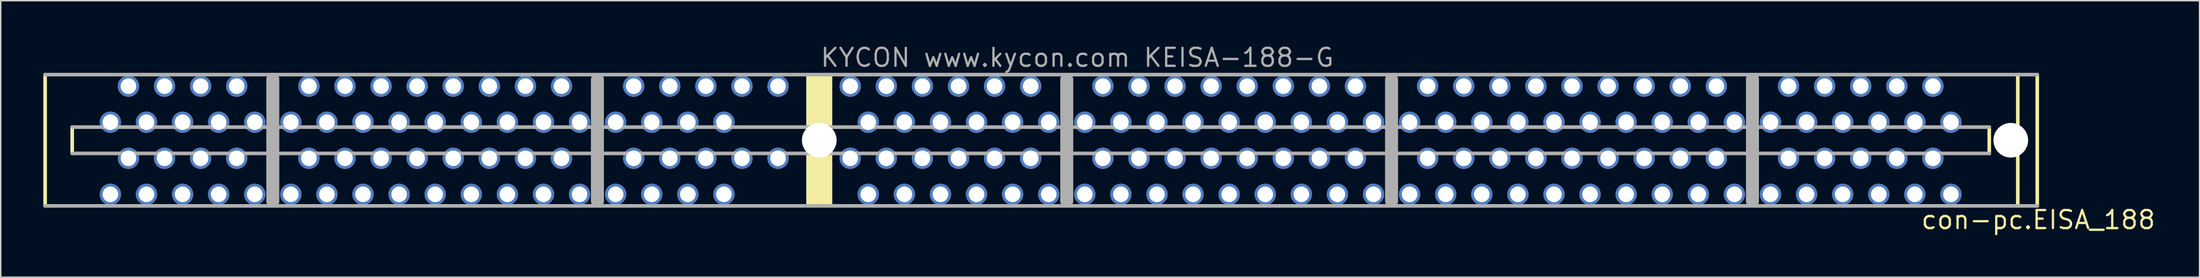
<source format=kicad_pcb>
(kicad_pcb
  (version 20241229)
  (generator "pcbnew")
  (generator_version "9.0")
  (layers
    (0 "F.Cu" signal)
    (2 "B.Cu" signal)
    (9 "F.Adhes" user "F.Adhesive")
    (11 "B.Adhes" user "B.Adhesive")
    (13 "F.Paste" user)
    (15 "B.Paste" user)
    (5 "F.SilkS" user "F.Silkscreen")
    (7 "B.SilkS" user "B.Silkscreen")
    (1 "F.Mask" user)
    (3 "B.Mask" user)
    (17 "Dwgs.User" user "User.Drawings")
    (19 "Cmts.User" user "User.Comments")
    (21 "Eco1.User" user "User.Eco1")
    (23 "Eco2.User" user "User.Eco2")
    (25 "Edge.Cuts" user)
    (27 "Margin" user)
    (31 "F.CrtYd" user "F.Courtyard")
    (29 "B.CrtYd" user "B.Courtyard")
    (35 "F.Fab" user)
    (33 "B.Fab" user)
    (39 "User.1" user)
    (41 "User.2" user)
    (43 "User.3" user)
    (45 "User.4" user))
  (footprint "con-pc.EISA_188"
    (layer "F.Cu")
    (at 54.61 6.83)
    (property "Reference" "con-pc.EISA_188" (at 77.47 6.35 0) (layer "F.SilkS") (effects (font (size 1.27 1.27) (thickness 0.16)) (justify left bottom)))
    (attr through_hole)
    (fp_line (start -54.483 4.623) (end -54.483 -4.623) (stroke (width 0.254) (type default)) (layer "F.SilkS"))
    (fp_line (start -52.578 0.927) (end -52.578 -0.927) (stroke (width 0.254) (type default)) (layer "F.SilkS"))
    (fp_line (start 82.347 -0.927) (end 82.347 0.927) (stroke (width 0.254) (type default)) (layer "F.SilkS"))
    (fp_line (start 84.353 -4.534) (end 84.353 4.585) (stroke (width 0.254) (type default)) (layer "F.SilkS"))
    (fp_line (start 85.725 -4.623) (end 85.725 4.623) (stroke (width 0.254) (type default)) (layer "F.SilkS"))
    (fp_rect (start -0.889 4.699) (end 0.889 -4.699) (stroke (width 0.05) (type default)) (fill yes) (layer "F.SilkS"))
    (fp_line (start -54.483 -4.623) (end 85.725 -4.623) (stroke (width 0.254) (type default)) (layer "F.Fab"))
    (fp_line (start -52.578 -0.927) (end 82.347 -0.927) (stroke (width 0.254) (type default)) (layer "F.Fab"))
    (fp_line (start -38.46 -4.293) (end -38.46 4.28) (stroke (width 0.914) (type default)) (layer "F.Fab"))
    (fp_line (start -15.613 -4.272) (end -15.613 4.28) (stroke (width 0.914) (type default)) (layer "F.Fab"))
    (fp_line (start 17.42 -4.28) (end 17.42 4.28) (stroke (width 0.914) (type default)) (layer "F.Fab"))
    (fp_line (start 40.28 -4.267) (end 40.28 4.28) (stroke (width 0.914) (type default)) (layer "F.Fab"))
    (fp_line (start 65.68 -4.293) (end 65.68 4.28) (stroke (width 0.914) (type default)) (layer "F.Fab"))
    (fp_line (start 82.347 0.927) (end -52.578 0.927) (stroke (width 0.254) (type default)) (layer "F.Fab"))
    (fp_line (start 85.725 4.623) (end -54.483 4.623) (stroke (width 0.254) (type default)) (layer "F.Fab"))
    (fp_text user "KYCON www.kycon.com KEISA-188-G" (at 0 -5.08 0) (layer "F.Fab") (effects (font (size 1.27 1.27) (thickness 0.16)) (justify left bottom)))
    (pad "" np_thru_hole circle (at 0 0) (size 2.44 2.44) (drill 2.44) (layers "*.Cu" "*.Mask"))
    (pad "" np_thru_hole circle (at 83.86 0) (size 2.44 2.44) (drill 2.44) (layers "*.Cu" "*.Mask"))
    (pad "A1" thru_hole circle (at 79.65 3.81) (size 1.5 1.5) (drill 1.1) (layers "*.Cu" "*.Mask"))
    (pad "A2" thru_hole circle (at 77.11 3.81) (size 1.5 1.5) (drill 1.1) (layers "*.Cu" "*.Mask"))
    (pad "A3" thru_hole circle (at 74.57 3.81) (size 1.5 1.5) (drill 1.1) (layers "*.Cu" "*.Mask"))
    (pad "A4" thru_hole circle (at 72.03 3.81) (size 1.5 1.5) (drill 1.1) (layers "*.Cu" "*.Mask"))
    (pad "A5" thru_hole circle (at 69.49 3.81) (size 1.5 1.5) (drill 1.1) (layers "*.Cu" "*.Mask"))
    (pad "A6" thru_hole circle (at 66.95 3.81) (size 1.5 1.5) (drill 1.1) (layers "*.Cu" "*.Mask"))
    (pad "A7" thru_hole circle (at 64.41 3.81) (size 1.5 1.5) (drill 1.1) (layers "*.Cu" "*.Mask"))
    (pad "A8" thru_hole circle (at 61.87 3.81) (size 1.5 1.5) (drill 1.1) (layers "*.Cu" "*.Mask"))
    (pad "A9" thru_hole circle (at 59.33 3.81) (size 1.5 1.5) (drill 1.1) (layers "*.Cu" "*.Mask"))
    (pad "A10" thru_hole circle (at 56.79 3.81) (size 1.5 1.5) (drill 1.1) (layers "*.Cu" "*.Mask"))
    (pad "A11" thru_hole circle (at 54.25 3.81) (size 1.5 1.5) (drill 1.1) (layers "*.Cu" "*.Mask"))
    (pad "A12" thru_hole circle (at 51.71 3.81) (size 1.5 1.5) (drill 1.1) (layers "*.Cu" "*.Mask"))
    (pad "A13" thru_hole circle (at 49.17 3.81) (size 1.5 1.5) (drill 1.1) (layers "*.Cu" "*.Mask"))
    (pad "A14" thru_hole circle (at 46.63 3.81) (size 1.5 1.5) (drill 1.1) (layers "*.Cu" "*.Mask"))
    (pad "A15" thru_hole circle (at 44.09 3.81) (size 1.5 1.5) (drill 1.1) (layers "*.Cu" "*.Mask"))
    (pad "A16" thru_hole circle (at 41.55 3.81) (size 1.5 1.5) (drill 1.1) (layers "*.Cu" "*.Mask"))
    (pad "A17" thru_hole circle (at 39.01 3.81) (size 1.5 1.5) (drill 1.1) (layers "*.Cu" "*.Mask"))
    (pad "A18" thru_hole circle (at 36.47 3.81) (size 1.5 1.5) (drill 1.1) (layers "*.Cu" "*.Mask"))
    (pad "A19" thru_hole circle (at 33.93 3.81) (size 1.5 1.5) (drill 1.1) (layers "*.Cu" "*.Mask"))
    (pad "A20" thru_hole circle (at 31.39 3.81) (size 1.5 1.5) (drill 1.1) (layers "*.Cu" "*.Mask"))
    (pad "A21" thru_hole circle (at 28.85 3.81) (size 1.5 1.5) (drill 1.1) (layers "*.Cu" "*.Mask"))
    (pad "A22" thru_hole circle (at 26.31 3.81) (size 1.5 1.5) (drill 1.1) (layers "*.Cu" "*.Mask"))
    (pad "A23" thru_hole circle (at 23.77 3.81) (size 1.5 1.5) (drill 1.1) (layers "*.Cu" "*.Mask"))
    (pad "A24" thru_hole circle (at 21.23 3.81) (size 1.5 1.5) (drill 1.1) (layers "*.Cu" "*.Mask"))
    (pad "A25" thru_hole circle (at 18.69 3.81) (size 1.5 1.5) (drill 1.1) (layers "*.Cu" "*.Mask"))
    (pad "A26" thru_hole circle (at 16.15 3.81) (size 1.5 1.5) (drill 1.1) (layers "*.Cu" "*.Mask"))
    (pad "A27" thru_hole circle (at 13.61 3.81) (size 1.5 1.5) (drill 1.1) (layers "*.Cu" "*.Mask"))
    (pad "A28" thru_hole circle (at 11.07 3.81) (size 1.5 1.5) (drill 1.1) (layers "*.Cu" "*.Mask"))
    (pad "A29" thru_hole circle (at 8.53 3.81) (size 1.5 1.5) (drill 1.1) (layers "*.Cu" "*.Mask"))
    (pad "A30" thru_hole circle (at 5.99 3.81) (size 1.5 1.5) (drill 1.1) (layers "*.Cu" "*.Mask"))
    (pad "A31" thru_hole circle (at 3.45 3.81) (size 1.5 1.5) (drill 1.1) (layers "*.Cu" "*.Mask"))
    (pad "B1" thru_hole circle (at 79.65 -1.27) (size 1.5 1.5) (drill 1.1) (layers "*.Cu" "*.Mask"))
    (pad "B2" thru_hole circle (at 77.11 -1.27) (size 1.5 1.5) (drill 1.1) (layers "*.Cu" "*.Mask"))
    (pad "B3" thru_hole circle (at 74.57 -1.27) (size 1.5 1.5) (drill 1.1) (layers "*.Cu" "*.Mask"))
    (pad "B4" thru_hole circle (at 72.03 -1.27) (size 1.5 1.5) (drill 1.1) (layers "*.Cu" "*.Mask"))
    (pad "B5" thru_hole circle (at 69.49 -1.27) (size 1.5 1.5) (drill 1.1) (layers "*.Cu" "*.Mask"))
    (pad "B6" thru_hole circle (at 66.95 -1.27) (size 1.5 1.5) (drill 1.1) (layers "*.Cu" "*.Mask"))
    (pad "B7" thru_hole circle (at 64.41 -1.27) (size 1.5 1.5) (drill 1.1) (layers "*.Cu" "*.Mask"))
    (pad "B8" thru_hole circle (at 61.87 -1.27) (size 1.5 1.5) (drill 1.1) (layers "*.Cu" "*.Mask"))
    (pad "B9" thru_hole circle (at 59.33 -1.27) (size 1.5 1.5) (drill 1.1) (layers "*.Cu" "*.Mask"))
    (pad "B10" thru_hole circle (at 56.79 -1.27) (size 1.5 1.5) (drill 1.1) (layers "*.Cu" "*.Mask"))
    (pad "B11" thru_hole circle (at 54.25 -1.27) (size 1.5 1.5) (drill 1.1) (layers "*.Cu" "*.Mask"))
    (pad "B12" thru_hole circle (at 51.71 -1.27) (size 1.5 1.5) (drill 1.1) (layers "*.Cu" "*.Mask"))
    (pad "B13" thru_hole circle (at 49.17 -1.27) (size 1.5 1.5) (drill 1.1) (layers "*.Cu" "*.Mask"))
    (pad "B14" thru_hole circle (at 46.63 -1.27) (size 1.5 1.5) (drill 1.1) (layers "*.Cu" "*.Mask"))
    (pad "B15" thru_hole circle (at 44.09 -1.27) (size 1.5 1.5) (drill 1.1) (layers "*.Cu" "*.Mask"))
    (pad "B16" thru_hole circle (at 41.55 -1.27) (size 1.5 1.5) (drill 1.1) (layers "*.Cu" "*.Mask"))
    (pad "B17" thru_hole circle (at 39.01 -1.27) (size 1.5 1.5) (drill 1.1) (layers "*.Cu" "*.Mask"))
    (pad "B18" thru_hole circle (at 36.47 -1.27) (size 1.5 1.5) (drill 1.1) (layers "*.Cu" "*.Mask"))
    (pad "B19" thru_hole circle (at 33.93 -1.27) (size 1.5 1.5) (drill 1.1) (layers "*.Cu" "*.Mask"))
    (pad "B20" thru_hole circle (at 31.39 -1.27) (size 1.5 1.5) (drill 1.1) (layers "*.Cu" "*.Mask"))
    (pad "B21" thru_hole circle (at 28.85 -1.27) (size 1.5 1.5) (drill 1.1) (layers "*.Cu" "*.Mask"))
    (pad "B22" thru_hole circle (at 26.31 -1.27) (size 1.5 1.5) (drill 1.1) (layers "*.Cu" "*.Mask"))
    (pad "B23" thru_hole circle (at 23.77 -1.27) (size 1.5 1.5) (drill 1.1) (layers "*.Cu" "*.Mask"))
    (pad "B24" thru_hole circle (at 21.23 -1.27) (size 1.5 1.5) (drill 1.1) (layers "*.Cu" "*.Mask"))
    (pad "B25" thru_hole circle (at 18.69 -1.27) (size 1.5 1.5) (drill 1.1) (layers "*.Cu" "*.Mask"))
    (pad "B26" thru_hole circle (at 16.15 -1.27) (size 1.5 1.5) (drill 1.1) (layers "*.Cu" "*.Mask"))
    (pad "B27" thru_hole circle (at 13.61 -1.27) (size 1.5 1.5) (drill 1.1) (layers "*.Cu" "*.Mask"))
    (pad "B28" thru_hole circle (at 11.07 -1.27) (size 1.5 1.5) (drill 1.1) (layers "*.Cu" "*.Mask"))
    (pad "B29" thru_hole circle (at 8.53 -1.27) (size 1.5 1.5) (drill 1.1) (layers "*.Cu" "*.Mask"))
    (pad "B30" thru_hole circle (at 5.99 -1.27) (size 1.5 1.5) (drill 1.1) (layers "*.Cu" "*.Mask"))
    (pad "B31" thru_hole circle (at 3.45 -1.27) (size 1.5 1.5) (drill 1.1) (layers "*.Cu" "*.Mask"))
    (pad "C1" thru_hole circle (at -6.71 3.81) (size 1.5 1.5) (drill 1.1) (layers "*.Cu" "*.Mask"))
    (pad "C2" thru_hole circle (at -9.25 3.81) (size 1.5 1.5) (drill 1.1) (layers "*.Cu" "*.Mask"))
    (pad "C3" thru_hole circle (at -11.79 3.81) (size 1.5 1.5) (drill 1.1) (layers "*.Cu" "*.Mask"))
    (pad "C4" thru_hole circle (at -14.33 3.81) (size 1.5 1.5) (drill 1.1) (layers "*.Cu" "*.Mask"))
    (pad "C5" thru_hole circle (at -16.87 3.81) (size 1.5 1.5) (drill 1.1) (layers "*.Cu" "*.Mask"))
    (pad "C6" thru_hole circle (at -19.41 3.81) (size 1.5 1.5) (drill 1.1) (layers "*.Cu" "*.Mask"))
    (pad "C7" thru_hole circle (at -21.95 3.81) (size 1.5 1.5) (drill 1.1) (layers "*.Cu" "*.Mask"))
    (pad "C8" thru_hole circle (at -24.49 3.81) (size 1.5 1.5) (drill 1.1) (layers "*.Cu" "*.Mask"))
    (pad "C9" thru_hole circle (at -27.03 3.81) (size 1.5 1.5) (drill 1.1) (layers "*.Cu" "*.Mask"))
    (pad "C10" thru_hole circle (at -29.57 3.81) (size 1.5 1.5) (drill 1.1) (layers "*.Cu" "*.Mask"))
    (pad "C11" thru_hole circle (at -32.11 3.81) (size 1.5 1.5) (drill 1.1) (layers "*.Cu" "*.Mask"))
    (pad "C12" thru_hole circle (at -34.65 3.81) (size 1.5 1.5) (drill 1.1) (layers "*.Cu" "*.Mask"))
    (pad "C13" thru_hole circle (at -37.19 3.81) (size 1.5 1.5) (drill 1.1) (layers "*.Cu" "*.Mask"))
    (pad "C14" thru_hole circle (at -39.73 3.81) (size 1.5 1.5) (drill 1.1) (layers "*.Cu" "*.Mask"))
    (pad "C15" thru_hole circle (at -42.27 3.81) (size 1.5 1.5) (drill 1.1) (layers "*.Cu" "*.Mask"))
    (pad "C16" thru_hole circle (at -44.81 3.81) (size 1.5 1.5) (drill 1.1) (layers "*.Cu" "*.Mask"))
    (pad "C17" thru_hole circle (at -47.35 3.81) (size 1.5 1.5) (drill 1.1) (layers "*.Cu" "*.Mask"))
    (pad "C18" thru_hole circle (at -49.89 3.81) (size 1.5 1.5) (drill 1.1) (layers "*.Cu" "*.Mask"))
    (pad "D1" thru_hole circle (at -6.71 -1.27) (size 1.5 1.5) (drill 1.1) (layers "*.Cu" "*.Mask"))
    (pad "D2" thru_hole circle (at -9.25 -1.27) (size 1.5 1.5) (drill 1.1) (layers "*.Cu" "*.Mask"))
    (pad "D3" thru_hole circle (at -11.79 -1.27) (size 1.5 1.5) (drill 1.1) (layers "*.Cu" "*.Mask"))
    (pad "D4" thru_hole circle (at -14.33 -1.27) (size 1.5 1.5) (drill 1.1) (layers "*.Cu" "*.Mask"))
    (pad "D5" thru_hole circle (at -16.87 -1.27) (size 1.5 1.5) (drill 1.1) (layers "*.Cu" "*.Mask"))
    (pad "D6" thru_hole circle (at -19.41 -1.27) (size 1.5 1.5) (drill 1.1) (layers "*.Cu" "*.Mask"))
    (pad "D7" thru_hole circle (at -21.95 -1.27) (size 1.5 1.5) (drill 1.1) (layers "*.Cu" "*.Mask"))
    (pad "D8" thru_hole circle (at -24.49 -1.27) (size 1.5 1.5) (drill 1.1) (layers "*.Cu" "*.Mask"))
    (pad "D9" thru_hole circle (at -27.03 -1.27) (size 1.5 1.5) (drill 1.1) (layers "*.Cu" "*.Mask"))
    (pad "D10" thru_hole circle (at -29.57 -1.27) (size 1.5 1.5) (drill 1.1) (layers "*.Cu" "*.Mask"))
    (pad "D11" thru_hole circle (at -32.11 -1.27) (size 1.5 1.5) (drill 1.1) (layers "*.Cu" "*.Mask"))
    (pad "D12" thru_hole circle (at -34.65 -1.27) (size 1.5 1.5) (drill 1.1) (layers "*.Cu" "*.Mask"))
    (pad "D13" thru_hole circle (at -37.19 -1.27) (size 1.5 1.5) (drill 1.1) (layers "*.Cu" "*.Mask"))
    (pad "D14" thru_hole circle (at -39.73 -1.27) (size 1.5 1.5) (drill 1.1) (layers "*.Cu" "*.Mask"))
    (pad "D15" thru_hole circle (at -42.27 -1.27) (size 1.5 1.5) (drill 1.1) (layers "*.Cu" "*.Mask"))
    (pad "D16" thru_hole circle (at -44.81 -1.27) (size 1.5 1.5) (drill 1.1) (layers "*.Cu" "*.Mask"))
    (pad "D17" thru_hole circle (at -47.35 -1.27) (size 1.5 1.5) (drill 1.1) (layers "*.Cu" "*.Mask"))
    (pad "D18" thru_hole circle (at -49.89 -1.27) (size 1.5 1.5) (drill 1.1) (layers "*.Cu" "*.Mask"))
    (pad "E1" thru_hole circle (at 78.38 1.27) (size 1.5 1.5) (drill 1.1) (layers "*.Cu" "*.Mask"))
    (pad "E2" thru_hole circle (at 75.84 1.27) (size 1.5 1.5) (drill 1.1) (layers "*.Cu" "*.Mask"))
    (pad "E3" thru_hole circle (at 73.3 1.27) (size 1.5 1.5) (drill 1.1) (layers "*.Cu" "*.Mask"))
    (pad "E4" thru_hole circle (at 70.76 1.27) (size 1.5 1.5) (drill 1.1) (layers "*.Cu" "*.Mask"))
    (pad "E5" thru_hole circle (at 68.22 1.27) (size 1.5 1.5) (drill 1.1) (layers "*.Cu" "*.Mask"))
    (pad "E7" thru_hole circle (at 63.14 1.27) (size 1.5 1.5) (drill 1.1) (layers "*.Cu" "*.Mask"))
    (pad "E8" thru_hole circle (at 60.6 1.27) (size 1.5 1.5) (drill 1.1) (layers "*.Cu" "*.Mask"))
    (pad "E9" thru_hole circle (at 58.06 1.27) (size 1.5 1.5) (drill 1.1) (layers "*.Cu" "*.Mask"))
    (pad "E10" thru_hole circle (at 55.52 1.27) (size 1.5 1.5) (drill 1.1) (layers "*.Cu" "*.Mask"))
    (pad "E11" thru_hole circle (at 52.98 1.27) (size 1.5 1.5) (drill 1.1) (layers "*.Cu" "*.Mask"))
    (pad "E12" thru_hole circle (at 50.44 1.27) (size 1.5 1.5) (drill 1.1) (layers "*.Cu" "*.Mask"))
    (pad "E13" thru_hole circle (at 47.9 1.27) (size 1.5 1.5) (drill 1.1) (layers "*.Cu" "*.Mask"))
    (pad "E14" thru_hole circle (at 45.36 1.27) (size 1.5 1.5) (drill 1.1) (layers "*.Cu" "*.Mask"))
    (pad "E15" thru_hole circle (at 42.82 1.27) (size 1.5 1.5) (drill 1.1) (layers "*.Cu" "*.Mask"))
    (pad "E17" thru_hole circle (at 37.74 1.27) (size 1.5 1.5) (drill 1.1) (layers "*.Cu" "*.Mask"))
    (pad "E18" thru_hole circle (at 35.2 1.27) (size 1.5 1.5) (drill 1.1) (layers "*.Cu" "*.Mask"))
    (pad "E19" thru_hole circle (at 32.66 1.27) (size 1.5 1.5) (drill 1.1) (layers "*.Cu" "*.Mask"))
    (pad "E20" thru_hole circle (at 30.12 1.27) (size 1.5 1.5) (drill 1.1) (layers "*.Cu" "*.Mask"))
    (pad "E21" thru_hole circle (at 27.58 1.27) (size 1.5 1.5) (drill 1.1) (layers "*.Cu" "*.Mask"))
    (pad "E22" thru_hole circle (at 25.04 1.27) (size 1.5 1.5) (drill 1.1) (layers "*.Cu" "*.Mask"))
    (pad "E23" thru_hole circle (at 22.5 1.27) (size 1.5 1.5) (drill 1.1) (layers "*.Cu" "*.Mask"))
    (pad "E24" thru_hole circle (at 19.96 1.27) (size 1.5 1.5) (drill 1.1) (layers "*.Cu" "*.Mask"))
    (pad "E26" thru_hole circle (at 14.88 1.27) (size 1.5 1.5) (drill 1.1) (layers "*.Cu" "*.Mask"))
    (pad "E27" thru_hole circle (at 12.34 1.27) (size 1.5 1.5) (drill 1.1) (layers "*.Cu" "*.Mask"))
    (pad "E28" thru_hole circle (at 9.8 1.27) (size 1.5 1.5) (drill 1.1) (layers "*.Cu" "*.Mask"))
    (pad "E29" thru_hole circle (at 7.26 1.27) (size 1.5 1.5) (drill 1.1) (layers "*.Cu" "*.Mask"))
    (pad "E30" thru_hole circle (at 4.72 1.27) (size 1.5 1.5) (drill 1.1) (layers "*.Cu" "*.Mask"))
    (pad "E31" thru_hole circle (at 2.18 1.27) (size 1.5 1.5) (drill 1.1) (layers "*.Cu" "*.Mask"))
    (pad "F1" thru_hole circle (at 78.38 -3.81) (size 1.5 1.5) (drill 1.1) (layers "*.Cu" "*.Mask"))
    (pad "F2" thru_hole circle (at 75.84 -3.81) (size 1.5 1.5) (drill 1.1) (layers "*.Cu" "*.Mask"))
    (pad "F3" thru_hole circle (at 73.3 -3.81) (size 1.5 1.5) (drill 1.1) (layers "*.Cu" "*.Mask"))
    (pad "F4" thru_hole circle (at 70.76 -3.81) (size 1.5 1.5) (drill 1.1) (layers "*.Cu" "*.Mask"))
    (pad "F5" thru_hole circle (at 68.22 -3.81) (size 1.5 1.5) (drill 1.1) (layers "*.Cu" "*.Mask"))
    (pad "F7" thru_hole circle (at 63.14 -3.81) (size 1.5 1.5) (drill 1.1) (layers "*.Cu" "*.Mask"))
    (pad "F8" thru_hole circle (at 60.6 -3.81) (size 1.5 1.5) (drill 1.1) (layers "*.Cu" "*.Mask"))
    (pad "F9" thru_hole circle (at 58.06 -3.81) (size 1.5 1.5) (drill 1.1) (layers "*.Cu" "*.Mask"))
    (pad "F10" thru_hole circle (at 55.52 -3.81) (size 1.5 1.5) (drill 1.1) (layers "*.Cu" "*.Mask"))
    (pad "F11" thru_hole circle (at 52.98 -3.81) (size 1.5 1.5) (drill 1.1) (layers "*.Cu" "*.Mask"))
    (pad "F12" thru_hole circle (at 50.44 -3.81) (size 1.5 1.5) (drill 1.1) (layers "*.Cu" "*.Mask"))
    (pad "F13" thru_hole circle (at 47.9 -3.81) (size 1.5 1.5) (drill 1.1) (layers "*.Cu" "*.Mask"))
    (pad "F14" thru_hole circle (at 45.36 -3.81) (size 1.5 1.5) (drill 1.1) (layers "*.Cu" "*.Mask"))
    (pad "F15" thru_hole circle (at 42.82 -3.81) (size 1.5 1.5) (drill 1.1) (layers "*.Cu" "*.Mask"))
    (pad "F17" thru_hole circle (at 37.74 -3.81) (size 1.5 1.5) (drill 1.1) (layers "*.Cu" "*.Mask"))
    (pad "F18" thru_hole circle (at 35.2 -3.81) (size 1.5 1.5) (drill 1.1) (layers "*.Cu" "*.Mask"))
    (pad "F19" thru_hole circle (at 32.66 -3.81) (size 1.5 1.5) (drill 1.1) (layers "*.Cu" "*.Mask"))
    (pad "F20" thru_hole circle (at 30.12 -3.81) (size 1.5 1.5) (drill 1.1) (layers "*.Cu" "*.Mask"))
    (pad "F21" thru_hole circle (at 27.58 -3.81) (size 1.5 1.5) (drill 1.1) (layers "*.Cu" "*.Mask"))
    (pad "F22" thru_hole circle (at 25.04 -3.81) (size 1.5 1.5) (drill 1.1) (layers "*.Cu" "*.Mask"))
    (pad "F23" thru_hole circle (at 22.5 -3.81) (size 1.5 1.5) (drill 1.1) (layers "*.Cu" "*.Mask"))
    (pad "F24" thru_hole circle (at 19.96 -3.81) (size 1.5 1.5) (drill 1.1) (layers "*.Cu" "*.Mask"))
    (pad "F26" thru_hole circle (at 14.88 -3.81) (size 1.5 1.5) (drill 1.1) (layers "*.Cu" "*.Mask"))
    (pad "F27" thru_hole circle (at 12.34 -3.81) (size 1.5 1.5) (drill 1.1) (layers "*.Cu" "*.Mask"))
    (pad "F28" thru_hole circle (at 9.8 -3.81) (size 1.5 1.5) (drill 1.1) (layers "*.Cu" "*.Mask"))
    (pad "F29" thru_hole circle (at 7.26 -3.81) (size 1.5 1.5) (drill 1.1) (layers "*.Cu" "*.Mask"))
    (pad "F30" thru_hole circle (at 4.72 -3.81) (size 1.5 1.5) (drill 1.1) (layers "*.Cu" "*.Mask"))
    (pad "F31" thru_hole circle (at 2.18 -3.81) (size 1.5 1.5) (drill 1.1) (layers "*.Cu" "*.Mask"))
    (pad "G1" thru_hole circle (at -2.9 1.27) (size 1.5 1.5) (drill 1.1) (layers "*.Cu" "*.Mask"))
    (pad "G2" thru_hole circle (at -5.44 1.27) (size 1.5 1.5) (drill 1.1) (layers "*.Cu" "*.Mask"))
    (pad "G3" thru_hole circle (at -7.98 1.27) (size 1.5 1.5) (drill 1.1) (layers "*.Cu" "*.Mask"))
    (pad "G4" thru_hole circle (at -10.52 1.27) (size 1.5 1.5) (drill 1.1) (layers "*.Cu" "*.Mask"))
    (pad "G5" thru_hole circle (at -13.06 1.27) (size 1.5 1.5) (drill 1.1) (layers "*.Cu" "*.Mask"))
    (pad "G7" thru_hole circle (at -18.14 1.27) (size 1.5 1.5) (drill 1.1) (layers "*.Cu" "*.Mask"))
    (pad "G8" thru_hole circle (at -20.68 1.27) (size 1.5 1.5) (drill 1.1) (layers "*.Cu" "*.Mask"))
    (pad "G9" thru_hole circle (at -23.22 1.27) (size 1.5 1.5) (drill 1.1) (layers "*.Cu" "*.Mask"))
    (pad "G10" thru_hole circle (at -25.76 1.27) (size 1.5 1.5) (drill 1.1) (layers "*.Cu" "*.Mask"))
    (pad "G11" thru_hole circle (at -28.3 1.27) (size 1.5 1.5) (drill 1.1) (layers "*.Cu" "*.Mask"))
    (pad "G12" thru_hole circle (at -30.84 1.27) (size 1.5 1.5) (drill 1.1) (layers "*.Cu" "*.Mask"))
    (pad "G13" thru_hole circle (at -33.38 1.27) (size 1.5 1.5) (drill 1.1) (layers "*.Cu" "*.Mask"))
    (pad "G14" thru_hole circle (at -35.92 1.27) (size 1.5 1.5) (drill 1.1) (layers "*.Cu" "*.Mask"))
    (pad "G16" thru_hole circle (at -41 1.27) (size 1.5 1.5) (drill 1.1) (layers "*.Cu" "*.Mask"))
    (pad "G17" thru_hole circle (at -43.54 1.27) (size 1.5 1.5) (drill 1.1) (layers "*.Cu" "*.Mask"))
    (pad "G18" thru_hole circle (at -46.08 1.27) (size 1.5 1.5) (drill 1.1) (layers "*.Cu" "*.Mask"))
    (pad "G19" thru_hole circle (at -48.62 1.27) (size 1.5 1.5) (drill 1.1) (layers "*.Cu" "*.Mask"))
    (pad "H1" thru_hole circle (at -2.9 -3.81) (size 1.5 1.5) (drill 1.1) (layers "*.Cu" "*.Mask"))
    (pad "H2" thru_hole circle (at -5.44 -3.81) (size 1.5 1.5) (drill 1.1) (layers "*.Cu" "*.Mask"))
    (pad "H3" thru_hole circle (at -7.98 -3.81) (size 1.5 1.5) (drill 1.1) (layers "*.Cu" "*.Mask"))
    (pad "H4" thru_hole circle (at -10.52 -3.81) (size 1.5 1.5) (drill 1.1) (layers "*.Cu" "*.Mask"))
    (pad "H5" thru_hole circle (at -13.06 -3.81) (size 1.5 1.5) (drill 1.1) (layers "*.Cu" "*.Mask"))
    (pad "H7" thru_hole circle (at -18.14 -3.81) (size 1.5 1.5) (drill 1.1) (layers "*.Cu" "*.Mask"))
    (pad "H8" thru_hole circle (at -20.68 -3.81) (size 1.5 1.5) (drill 1.1) (layers "*.Cu" "*.Mask"))
    (pad "H9" thru_hole circle (at -23.22 -3.81) (size 1.5 1.5) (drill 1.1) (layers "*.Cu" "*.Mask"))
    (pad "H10" thru_hole circle (at -25.76 -3.81) (size 1.5 1.5) (drill 1.1) (layers "*.Cu" "*.Mask"))
    (pad "H11" thru_hole circle (at -28.3 -3.81) (size 1.5 1.5) (drill 1.1) (layers "*.Cu" "*.Mask"))
    (pad "H12" thru_hole circle (at -30.84 -3.81) (size 1.5 1.5) (drill 1.1) (layers "*.Cu" "*.Mask"))
    (pad "H13" thru_hole circle (at -33.38 -3.81) (size 1.5 1.5) (drill 1.1) (layers "*.Cu" "*.Mask"))
    (pad "H14" thru_hole circle (at -35.92 -3.81) (size 1.5 1.5) (drill 1.1) (layers "*.Cu" "*.Mask"))
    (pad "H16" thru_hole circle (at -41 -3.81) (size 1.5 1.5) (drill 1.1) (layers "*.Cu" "*.Mask"))
    (pad "H17" thru_hole circle (at -43.54 -3.81) (size 1.5 1.5) (drill 1.1) (layers "*.Cu" "*.Mask"))
    (pad "H18" thru_hole circle (at -46.08 -3.81) (size 1.5 1.5) (drill 1.1) (layers "*.Cu" "*.Mask"))
    (pad "H19" thru_hole circle (at -48.62 -3.81) (size 1.5 1.5) (drill 1.1) (layers "*.Cu" "*.Mask")))
  (gr_rect
    (start -3 -3)
    (end 151.756 16.477)
    (stroke (width 0.1) (type default))
    (fill no)
    (layer "Edge.Cuts")))
</source>
